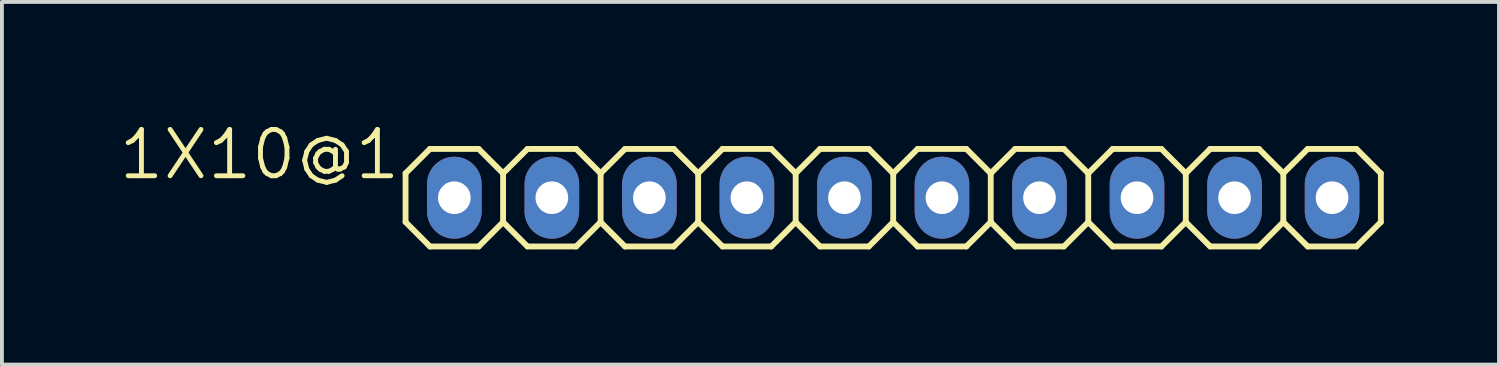
<source format=kicad_pcb>
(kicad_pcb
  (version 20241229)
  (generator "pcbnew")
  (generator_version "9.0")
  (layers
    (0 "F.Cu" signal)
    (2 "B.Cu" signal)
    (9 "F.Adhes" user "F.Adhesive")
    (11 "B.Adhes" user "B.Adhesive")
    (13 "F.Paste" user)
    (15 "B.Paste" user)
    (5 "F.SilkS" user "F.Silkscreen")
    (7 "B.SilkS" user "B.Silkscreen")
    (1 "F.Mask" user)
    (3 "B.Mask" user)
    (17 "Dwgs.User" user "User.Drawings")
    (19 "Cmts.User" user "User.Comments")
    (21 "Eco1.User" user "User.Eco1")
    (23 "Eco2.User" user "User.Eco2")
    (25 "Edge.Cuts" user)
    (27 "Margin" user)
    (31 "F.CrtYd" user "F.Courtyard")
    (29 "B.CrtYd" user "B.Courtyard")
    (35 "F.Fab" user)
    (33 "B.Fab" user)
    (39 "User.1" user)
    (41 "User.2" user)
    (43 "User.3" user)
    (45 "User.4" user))
  (footprint "1X10@1"
    (layer "F.Cu")
    (at 20.212 2.099)
    (property "Reference" "1X10@1" (at -12.776 -1.829 0) (layer "F.SilkS") (effects (font (size 1.206 1.206) (thickness 0.127)) (justify right top)))
    (attr through_hole)
    (fp_line (start -12.7 -0.635) (end -12.7 0.635) (stroke (width 0.152) (type solid)) (layer "F.SilkS"))
    (fp_line (start -12.7 0.635) (end -12.065 1.27) (stroke (width 0.152) (type solid)) (layer "F.SilkS"))
    (fp_line (start -12.065 -1.27) (end -12.7 -0.635) (stroke (width 0.152) (type solid)) (layer "F.SilkS"))
    (fp_line (start -12.065 -1.27) (end -10.795 -1.27) (stroke (width 0.152) (type solid)) (layer "F.SilkS"))
    (fp_line (start -10.795 -1.27) (end -10.16 -0.635) (stroke (width 0.152) (type solid)) (layer "F.SilkS"))
    (fp_line (start -10.795 1.27) (end -12.065 1.27) (stroke (width 0.152) (type solid)) (layer "F.SilkS"))
    (fp_line (start -10.16 -0.635) (end -10.16 0.635) (stroke (width 0.152) (type solid)) (layer "F.SilkS"))
    (fp_line (start -10.16 -0.635) (end -9.525 -1.27) (stroke (width 0.152) (type solid)) (layer "F.SilkS"))
    (fp_line (start -10.16 0.635) (end -10.795 1.27) (stroke (width 0.152) (type solid)) (layer "F.SilkS"))
    (fp_line (start -9.525 -1.27) (end -8.255 -1.27) (stroke (width 0.152) (type solid)) (layer "F.SilkS"))
    (fp_line (start -9.525 1.27) (end -10.16 0.635) (stroke (width 0.152) (type solid)) (layer "F.SilkS"))
    (fp_line (start -8.255 -1.27) (end -7.62 -0.635) (stroke (width 0.152) (type solid)) (layer "F.SilkS"))
    (fp_line (start -8.255 1.27) (end -9.525 1.27) (stroke (width 0.152) (type solid)) (layer "F.SilkS"))
    (fp_line (start -7.62 -0.635) (end -7.62 0.635) (stroke (width 0.152) (type solid)) (layer "F.SilkS"))
    (fp_line (start -7.62 -0.635) (end -6.985 -1.27) (stroke (width 0.152) (type solid)) (layer "F.SilkS"))
    (fp_line (start -7.62 0.635) (end -8.255 1.27) (stroke (width 0.152) (type solid)) (layer "F.SilkS"))
    (fp_line (start -6.985 -1.27) (end -5.715 -1.27) (stroke (width 0.152) (type solid)) (layer "F.SilkS"))
    (fp_line (start -6.985 1.27) (end -7.62 0.635) (stroke (width 0.152) (type solid)) (layer "F.SilkS"))
    (fp_line (start -5.715 -1.27) (end -5.08 -0.635) (stroke (width 0.152) (type solid)) (layer "F.SilkS"))
    (fp_line (start -5.715 1.27) (end -6.985 1.27) (stroke (width 0.152) (type solid)) (layer "F.SilkS"))
    (fp_line (start -5.08 -0.635) (end -5.08 0.635) (stroke (width 0.152) (type solid)) (layer "F.SilkS"))
    (fp_line (start -5.08 0.635) (end -5.715 1.27) (stroke (width 0.152) (type solid)) (layer "F.SilkS"))
    (fp_line (start -5.08 0.635) (end -4.445 1.27) (stroke (width 0.152) (type solid)) (layer "F.SilkS"))
    (fp_line (start -4.445 -1.27) (end -5.08 -0.635) (stroke (width 0.152) (type solid)) (layer "F.SilkS"))
    (fp_line (start -4.445 -1.27) (end -3.175 -1.27) (stroke (width 0.152) (type solid)) (layer "F.SilkS"))
    (fp_line (start -3.175 -1.27) (end -2.54 -0.635) (stroke (width 0.152) (type solid)) (layer "F.SilkS"))
    (fp_line (start -3.175 1.27) (end -4.445 1.27) (stroke (width 0.152) (type solid)) (layer "F.SilkS"))
    (fp_line (start -2.54 -0.635) (end -2.54 0.635) (stroke (width 0.152) (type solid)) (layer "F.SilkS"))
    (fp_line (start -2.54 -0.635) (end -1.905 -1.27) (stroke (width 0.152) (type solid)) (layer "F.SilkS"))
    (fp_line (start -2.54 0.635) (end -3.175 1.27) (stroke (width 0.152) (type solid)) (layer "F.SilkS"))
    (fp_line (start -1.905 -1.27) (end -0.635 -1.27) (stroke (width 0.152) (type solid)) (layer "F.SilkS"))
    (fp_line (start -1.905 1.27) (end -2.54 0.635) (stroke (width 0.152) (type solid)) (layer "F.SilkS"))
    (fp_line (start -0.635 -1.27) (end 0 -0.635) (stroke (width 0.152) (type solid)) (layer "F.SilkS"))
    (fp_line (start -0.635 1.27) (end -1.905 1.27) (stroke (width 0.152) (type solid)) (layer "F.SilkS"))
    (fp_line (start 0 -0.635) (end 0 0.635) (stroke (width 0.152) (type solid)) (layer "F.SilkS"))
    (fp_line (start 0 -0.635) (end 0.635 -1.27) (stroke (width 0.152) (type solid)) (layer "F.SilkS"))
    (fp_line (start 0 0.635) (end -0.635 1.27) (stroke (width 0.152) (type solid)) (layer "F.SilkS"))
    (fp_line (start 0.635 -1.27) (end 1.905 -1.27) (stroke (width 0.152) (type solid)) (layer "F.SilkS"))
    (fp_line (start 0.635 1.27) (end 0 0.635) (stroke (width 0.152) (type solid)) (layer "F.SilkS"))
    (fp_line (start 1.905 -1.27) (end 2.54 -0.635) (stroke (width 0.152) (type solid)) (layer "F.SilkS"))
    (fp_line (start 1.905 1.27) (end 0.635 1.27) (stroke (width 0.152) (type solid)) (layer "F.SilkS"))
    (fp_line (start 2.54 -0.635) (end 2.54 0.635) (stroke (width 0.152) (type solid)) (layer "F.SilkS"))
    (fp_line (start 2.54 0.635) (end 1.905 1.27) (stroke (width 0.152) (type solid)) (layer "F.SilkS"))
    (fp_line (start 2.54 0.635) (end 3.175 1.27) (stroke (width 0.152) (type solid)) (layer "F.SilkS"))
    (fp_line (start 3.175 -1.27) (end 2.54 -0.635) (stroke (width 0.152) (type solid)) (layer "F.SilkS"))
    (fp_line (start 3.175 -1.27) (end 4.445 -1.27) (stroke (width 0.152) (type solid)) (layer "F.SilkS"))
    (fp_line (start 4.445 -1.27) (end 5.08 -0.635) (stroke (width 0.152) (type solid)) (layer "F.SilkS"))
    (fp_line (start 4.445 1.27) (end 3.175 1.27) (stroke (width 0.152) (type solid)) (layer "F.SilkS"))
    (fp_line (start 5.08 -0.635) (end 5.08 0.635) (stroke (width 0.152) (type solid)) (layer "F.SilkS"))
    (fp_line (start 5.08 -0.635) (end 5.715 -1.27) (stroke (width 0.152) (type solid)) (layer "F.SilkS"))
    (fp_line (start 5.08 0.635) (end 4.445 1.27) (stroke (width 0.152) (type solid)) (layer "F.SilkS"))
    (fp_line (start 5.715 -1.27) (end 6.985 -1.27) (stroke (width 0.152) (type solid)) (layer "F.SilkS"))
    (fp_line (start 5.715 1.27) (end 5.08 0.635) (stroke (width 0.152) (type solid)) (layer "F.SilkS"))
    (fp_line (start 6.985 -1.27) (end 7.62 -0.635) (stroke (width 0.152) (type solid)) (layer "F.SilkS"))
    (fp_line (start 6.985 1.27) (end 5.715 1.27) (stroke (width 0.152) (type solid)) (layer "F.SilkS"))
    (fp_line (start 7.62 -0.635) (end 7.62 0.635) (stroke (width 0.152) (type solid)) (layer "F.SilkS"))
    (fp_line (start 7.62 -0.635) (end 8.255 -1.27) (stroke (width 0.152) (type solid)) (layer "F.SilkS"))
    (fp_line (start 7.62 0.635) (end 6.985 1.27) (stroke (width 0.152) (type solid)) (layer "F.SilkS"))
    (fp_line (start 8.255 -1.27) (end 9.525 -1.27) (stroke (width 0.152) (type solid)) (layer "F.SilkS"))
    (fp_line (start 8.255 1.27) (end 7.62 0.635) (stroke (width 0.152) (type solid)) (layer "F.SilkS"))
    (fp_line (start 9.525 -1.27) (end 10.16 -0.635) (stroke (width 0.152) (type solid)) (layer "F.SilkS"))
    (fp_line (start 9.525 1.27) (end 8.255 1.27) (stroke (width 0.152) (type solid)) (layer "F.SilkS"))
    (fp_line (start 10.16 -0.635) (end 10.16 0.635) (stroke (width 0.152) (type solid)) (layer "F.SilkS"))
    (fp_line (start 10.16 0.635) (end 9.525 1.27) (stroke (width 0.152) (type solid)) (layer "F.SilkS"))
    (fp_line (start 10.16 0.635) (end 10.795 1.27) (stroke (width 0.152) (type solid)) (layer "F.SilkS"))
    (fp_line (start 10.795 -1.27) (end 10.16 -0.635) (stroke (width 0.152) (type solid)) (layer "F.SilkS"))
    (fp_line (start 10.795 -1.27) (end 12.065 -1.27) (stroke (width 0.152) (type solid)) (layer "F.SilkS"))
    (fp_line (start 12.065 -1.27) (end 12.7 -0.635) (stroke (width 0.152) (type solid)) (layer "F.SilkS"))
    (fp_line (start 12.065 1.27) (end 10.795 1.27) (stroke (width 0.152) (type solid)) (layer "F.SilkS"))
    (fp_line (start 12.7 -0.635) (end 12.7 0.635) (stroke (width 0.152) (type solid)) (layer "F.SilkS"))
    (fp_line (start 12.7 0.635) (end 12.065 1.27) (stroke (width 0.152) (type solid)) (layer "F.SilkS"))
    (fp_poly (pts (xy -11.684 0.254) (xy -11.176 0.254) (xy -11.176 -0.254) (xy -11.684 -0.254)) (stroke (width 0.1) (type solid)) (fill no) (layer "F.Fab"))
    (fp_poly (pts (xy -9.144 0.254) (xy -8.636 0.254) (xy -8.636 -0.254) (xy -9.144 -0.254)) (stroke (width 0.1) (type solid)) (fill no) (layer "F.Fab"))
    (fp_poly (pts (xy -6.604 0.254) (xy -6.096 0.254) (xy -6.096 -0.254) (xy -6.604 -0.254)) (stroke (width 0.1) (type solid)) (fill no) (layer "F.Fab"))
    (fp_poly (pts (xy -4.064 0.254) (xy -3.556 0.254) (xy -3.556 -0.254) (xy -4.064 -0.254)) (stroke (width 0.1) (type solid)) (fill no) (layer "F.Fab"))
    (fp_poly (pts (xy -1.524 0.254) (xy -1.016 0.254) (xy -1.016 -0.254) (xy -1.524 -0.254)) (stroke (width 0.1) (type solid)) (fill no) (layer "F.Fab"))
    (fp_poly (pts (xy 1.016 0.254) (xy 1.524 0.254) (xy 1.524 -0.254) (xy 1.016 -0.254)) (stroke (width 0.1) (type solid)) (fill no) (layer "F.Fab"))
    (fp_poly (pts (xy 3.556 0.254) (xy 4.064 0.254) (xy 4.064 -0.254) (xy 3.556 -0.254)) (stroke (width 0.1) (type solid)) (fill no) (layer "F.Fab"))
    (fp_poly (pts (xy 6.096 0.254) (xy 6.604 0.254) (xy 6.604 -0.254) (xy 6.096 -0.254)) (stroke (width 0.1) (type solid)) (fill no) (layer "F.Fab"))
    (fp_poly (pts (xy 8.636 0.254) (xy 9.144 0.254) (xy 9.144 -0.254) (xy 8.636 -0.254)) (stroke (width 0.1) (type solid)) (fill no) (layer "F.Fab"))
    (fp_poly (pts (xy 11.176 0.254) (xy 11.684 0.254) (xy 11.684 -0.254) (xy 11.176 -0.254)) (stroke (width 0.1) (type solid)) (fill no) (layer "F.Fab"))
    (pad "1" thru_hole oval (at -11.43 0 90) (size 2.134 1.422) (drill 0.85) (layers "*.Cu" "*.Mask"))
    (pad "2" thru_hole oval (at -8.89 0 90) (size 2.134 1.422) (drill 0.85) (layers "*.Cu" "*.Mask"))
    (pad "3" thru_hole oval (at -6.35 0 90) (size 2.134 1.422) (drill 0.85) (layers "*.Cu" "*.Mask"))
    (pad "4" thru_hole oval (at -3.81 0 90) (size 2.134 1.422) (drill 0.85) (layers "*.Cu" "*.Mask"))
    (pad "5" thru_hole oval (at -1.27 0 90) (size 2.134 1.422) (drill 0.85) (layers "*.Cu" "*.Mask"))
    (pad "6" thru_hole oval (at 1.27 0 90) (size 2.134 1.422) (drill 0.85) (layers "*.Cu" "*.Mask"))
    (pad "7" thru_hole oval (at 3.81 0 90) (size 2.134 1.422) (drill 0.85) (layers "*.Cu" "*.Mask"))
    (pad "8" thru_hole oval (at 6.35 0 90) (size 2.134 1.422) (drill 0.85) (layers "*.Cu" "*.Mask"))
    (pad "9" thru_hole oval (at 8.89 0 90) (size 2.134 1.422) (drill 0.85) (layers "*.Cu" "*.Mask"))
    (pad "10" thru_hole oval (at 11.43 0 90) (size 2.134 1.422) (drill 0.85) (layers "*.Cu" "*.Mask")))
  (gr_rect
    (start -3 -3)
    (end 35.989 6.445)
    (stroke (width 0.1) (type default))
    (fill no)
    (layer "Edge.Cuts")))
</source>
